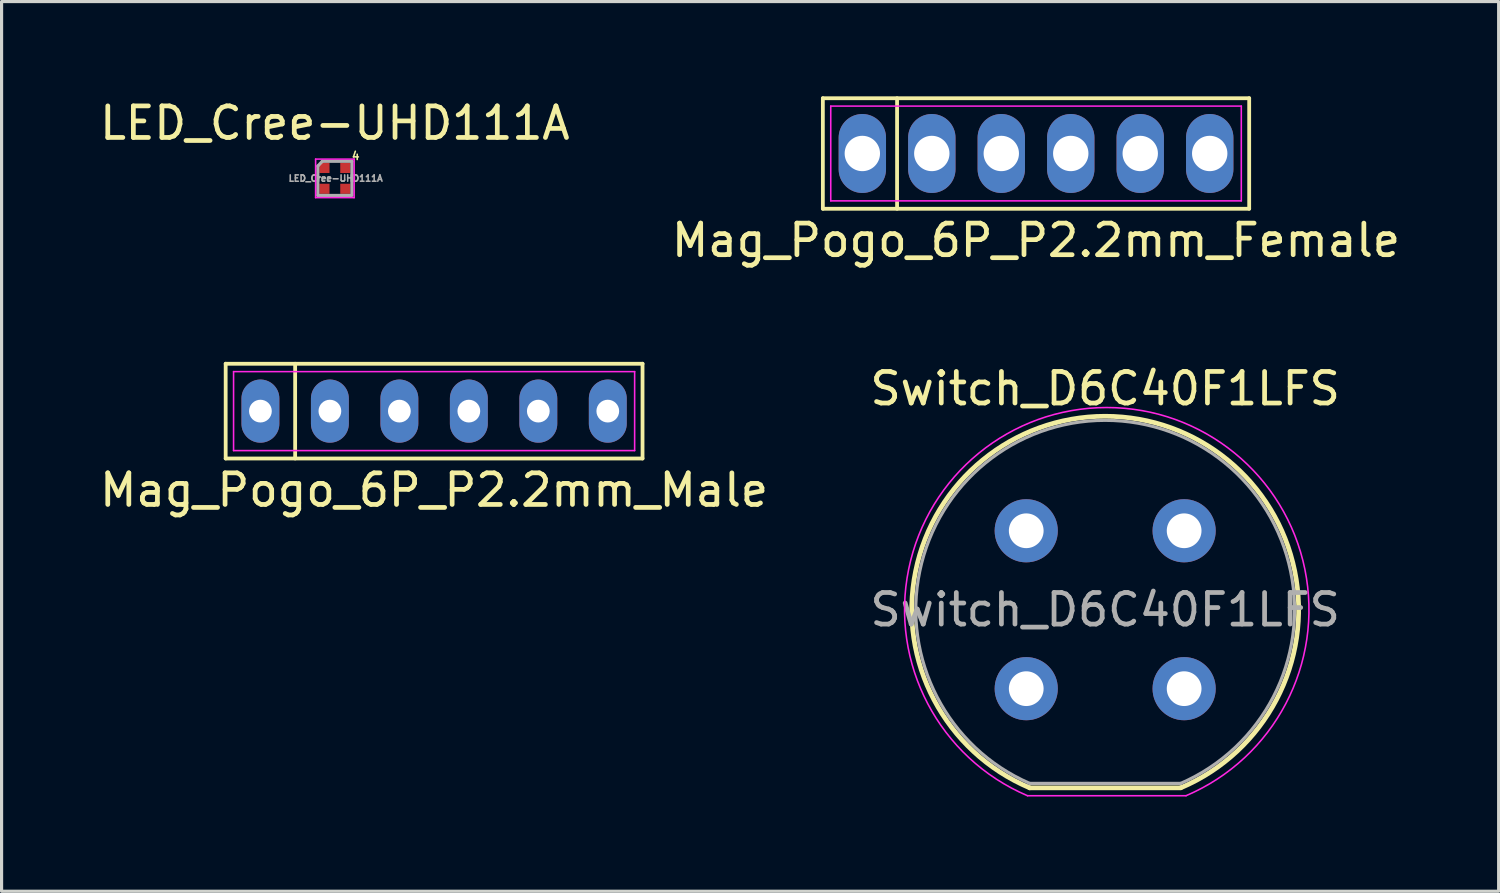
<source format=kicad_pcb>
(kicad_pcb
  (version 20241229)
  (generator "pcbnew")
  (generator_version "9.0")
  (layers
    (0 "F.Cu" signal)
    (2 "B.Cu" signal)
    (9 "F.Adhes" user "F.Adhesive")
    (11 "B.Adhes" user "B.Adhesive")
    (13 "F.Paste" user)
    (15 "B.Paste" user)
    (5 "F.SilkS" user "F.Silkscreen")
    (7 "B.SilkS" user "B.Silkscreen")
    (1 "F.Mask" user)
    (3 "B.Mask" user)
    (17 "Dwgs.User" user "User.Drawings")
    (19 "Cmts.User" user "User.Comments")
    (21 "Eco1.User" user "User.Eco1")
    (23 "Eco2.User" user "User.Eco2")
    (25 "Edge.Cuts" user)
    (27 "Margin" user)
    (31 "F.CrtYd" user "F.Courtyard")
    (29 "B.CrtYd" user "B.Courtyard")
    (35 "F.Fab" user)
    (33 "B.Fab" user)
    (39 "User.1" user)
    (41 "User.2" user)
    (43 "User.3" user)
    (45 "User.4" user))
  (footprint "LED_Cree-UHD111A"
    (layer "F.Cu")
    (at 7.554 2.598)
    (property "Reference" "LED_Cree-UHD111A" (at 0 -1.75 0) (layer "F.SilkS") (effects (font (size 1 1) (thickness 0.15))))
    (attr smd)
    (fp_line (start -0.61 -0.61) (end 0.61 -0.61) (stroke (width 0.05) (type solid)) (layer "F.CrtYd"))
    (fp_line (start -0.61 0.61) (end -0.61 -0.61) (stroke (width 0.05) (type solid)) (layer "F.CrtYd"))
    (fp_line (start 0.61 -0.61) (end 0.61 0.61) (stroke (width 0.05) (type solid)) (layer "F.CrtYd"))
    (fp_line (start 0.61 0.61) (end -0.61 0.61) (stroke (width 0.05) (type solid)) (layer "F.CrtYd"))
    (fp_line (start -0.54 -0.39) (end -0.54 0.54) (stroke (width 0.1) (type solid)) (layer "F.Fab"))
    (fp_line (start -0.398 -0.54) (end -0.54 -0.39) (stroke (width 0.1) (type solid)) (layer "F.Fab"))
    (fp_line (start 0.54 -0.54) (end -0.398 -0.54) (stroke (width 0.1) (type solid)) (layer "F.Fab"))
    (fp_line (start 0.54 -0.54) (end 0.54 0.5) (stroke (width 0.1) (type solid)) (layer "F.Fab"))
    (fp_line (start 0.54 0.54) (end -0.54 0.54) (stroke (width 0.1) (type solid)) (layer "F.Fab"))
    (fp_text user "4" (at 0.66 -0.71 0) (unlocked yes) (layer "F.SilkS") (effects (font (size 0.25 0.25) (thickness 0.05))))
    (fp_text user "${REFERENCE}" (at 0.025 0 0) (layer "F.Fab") (effects (font (size 0.2 0.2) (thickness 0.05))))
    (pad "1" smd rect (at -0.33 -0.33) (size 0.32 0.32) (layers "F.Cu" "F.Mask" "F.Paste"))
    (pad "2" smd rect (at -0.33 0.33) (size 0.32 0.32) (layers "F.Cu" "F.Mask" "F.Paste"))
    (pad "3" smd rect (at 0.33 0.33) (size 0.32 0.32) (layers "F.Cu" "F.Mask" "F.Paste"))
    (pad "4" smd rect (at 0.33 -0.33) (size 0.32 0.32) (layers "F.Cu" "F.Mask" "F.Paste")))
  (footprint "Switch_D6C40F1LFS"
    (layer "F.Cu")
    (at 29.446 13.757)
    (property "Reference" "Switch_D6C40F1LFS" (at 2.5 -4.5 0) (layer "F.SilkS") (effects (font (size 1 1) (thickness 0.15))))
    (attr through_hole)
    (fp_line (start 4.89 8.14) (end 0.11 8.14) (stroke (width 0.15) (type solid)) (layer "F.SilkS"))
    (fp_arc (start 0.11 8.14) (mid 2.496283 -3.625495) (end 4.896843 8.137095) (stroke (width 0.15) (type solid)) (layer "F.SilkS"))
    (fp_line (start 0.04 8.39) (end 5.06 8.39) (stroke (width 0.05) (type solid)) (layer "F.CrtYd"))
    (fp_arc (start 0.04 8.39) (mid 2.55 -3.902515) (end 5.06 8.39) (stroke (width 0.05) (type solid)) (layer "F.CrtYd"))
    (fp_line (start 0.11 8) (end 4.89 8) (stroke (width 0.1) (type solid)) (layer "F.Fab"))
    (fp_arc (start 0.11 8) (mid 2.498654 -3.496841) (end 4.892469 7.998926) (stroke (width 0.1) (type solid)) (layer "F.Fab"))
    (fp_text user "${REFERENCE}" (at 2.5 2.5 0) (layer "F.Fab") (effects (font (size 1 1) (thickness 0.15))))
    (pad "1" thru_hole circle (at 0 0) (size 2 2) (drill 1.1) (layers "*.Cu" "*.Mask"))
    (pad "2" thru_hole circle (at 5 0) (size 2 2) (drill 1.1) (layers "*.Cu" "*.Mask"))
    (pad "3" thru_hole circle (at 0 5) (size 2 2) (drill 1.1) (layers "*.Cu" "*.Mask"))
    (pad "4" thru_hole circle (at 5 5) (size 2 2) (drill 1.1) (layers "*.Cu" "*.Mask")))
  (footprint "Mag_Pogo_6P_P2.2mm_Male"
    (layer "F.Cu")
    (at 10.696 9.968)
    (property "Reference" "Mag_Pogo_6P_P2.2mm_Male" (at 0 2.5 0) (layer "F.SilkS") (effects (font (size 1 1) (thickness 0.15))))
    (fp_line (start -6.6 -1.5) (end 6.6 -1.5) (stroke (width 0.12) (type solid)) (layer "F.SilkS"))
    (fp_line (start -6.6 1.5) (end -6.6 -1.5) (stroke (width 0.12) (type solid)) (layer "F.SilkS"))
    (fp_line (start -4.4 -1.5) (end -4.4 1.5) (stroke (width 0.12) (type solid)) (layer "F.SilkS"))
    (fp_line (start 6.6 -1.5) (end 6.6 1.5) (stroke (width 0.12) (type solid)) (layer "F.SilkS"))
    (fp_line (start 6.6 1.5) (end -6.6 1.5) (stroke (width 0.12) (type solid)) (layer "F.SilkS"))
    (fp_line (start -6.35 -1.25) (end 6.35 -1.25) (stroke (width 0.05) (type solid)) (layer "F.CrtYd"))
    (fp_line (start -6.35 1.25) (end -6.35 -1.25) (stroke (width 0.05) (type solid)) (layer "F.CrtYd"))
    (fp_line (start 6.35 -1.25) (end 6.35 1.25) (stroke (width 0.05) (type solid)) (layer "F.CrtYd"))
    (fp_line (start 6.35 1.25) (end -6.35 1.25) (stroke (width 0.05) (type solid)) (layer "F.CrtYd"))
    (pad "1" thru_hole oval (at -5.5 0) (size 1.2 2) (drill 0.72) (layers "*.Cu" "*.Mask"))
    (pad "2" thru_hole oval (at -3.3 0) (size 1.2 2) (drill 0.72) (layers "*.Cu" "*.Mask"))
    (pad "3" thru_hole oval (at -1.1 0) (size 1.2 2) (drill 0.72) (layers "*.Cu" "*.Mask"))
    (pad "4" thru_hole oval (at 1.1 0) (size 1.2 2) (drill 0.72) (layers "*.Cu" "*.Mask"))
    (pad "5" thru_hole oval (at 3.3 0) (size 1.2 2) (drill 0.72) (layers "*.Cu" "*.Mask"))
    (pad "6" thru_hole oval (at 5.5 0) (size 1.2 2) (drill 0.72) (layers "*.Cu" "*.Mask")))
  (footprint "Mag_Pogo_6P_P2.2mm_Female"
    (layer "F.Cu")
    (at 29.756 1.81)
    (property "Reference" "Mag_Pogo_6P_P2.2mm_Female" (at 0 2.75 0) (layer "F.SilkS") (effects (font (size 1 1) (thickness 0.15))))
    (attr through_hole)
    (fp_line (start -6.75 -1.75) (end 6.75 -1.75) (stroke (width 0.12) (type solid)) (layer "F.SilkS"))
    (fp_line (start -6.75 1.75) (end -6.75 -1.75) (stroke (width 0.12) (type solid)) (layer "F.SilkS"))
    (fp_line (start -4.4 -1.75) (end -4.4 1.75) (stroke (width 0.12) (type solid)) (layer "F.SilkS"))
    (fp_line (start 6.75 -1.75) (end 6.75 1.75) (stroke (width 0.12) (type solid)) (layer "F.SilkS"))
    (fp_line (start 6.75 1.75) (end -6.75 1.75) (stroke (width 0.12) (type solid)) (layer "F.SilkS"))
    (fp_line (start -6.5 -1.5) (end 6.5 -1.5) (stroke (width 0.05) (type solid)) (layer "F.CrtYd"))
    (fp_line (start -6.5 1.5) (end -6.5 -1.5) (stroke (width 0.05) (type solid)) (layer "F.CrtYd"))
    (fp_line (start 6.5 -1.5) (end 6.5 1.5) (stroke (width 0.05) (type solid)) (layer "F.CrtYd"))
    (fp_line (start 6.5 1.5) (end -6.5 1.5) (stroke (width 0.05) (type solid)) (layer "F.CrtYd"))
    (pad "1" thru_hole oval (at -5.5 0) (size 1.5 2.5) (drill 1.12) (layers "*.Cu" "*.Mask"))
    (pad "2" thru_hole oval (at -3.3 0) (size 1.5 2.5) (drill 1.12) (layers "*.Cu" "*.Mask"))
    (pad "3" thru_hole oval (at -1.1 0) (size 1.5 2.5) (drill 1.12) (layers "*.Cu" "*.Mask"))
    (pad "4" thru_hole oval (at 1.1 0) (size 1.5 2.5) (drill 1.12) (layers "*.Cu" "*.Mask"))
    (pad "5" thru_hole oval (at 3.3 0) (size 1.5 2.5) (drill 1.12) (layers "*.Cu" "*.Mask"))
    (pad "6" thru_hole oval (at 5.5 0) (size 1.5 2.5) (drill 1.12) (layers "*.Cu" "*.Mask")))
  (gr_rect
    (start -3 -3)
    (end 44.405 25.172)
    (stroke (width 0.1) (type default))
    (fill no)
    (layer "Edge.Cuts")))
</source>
